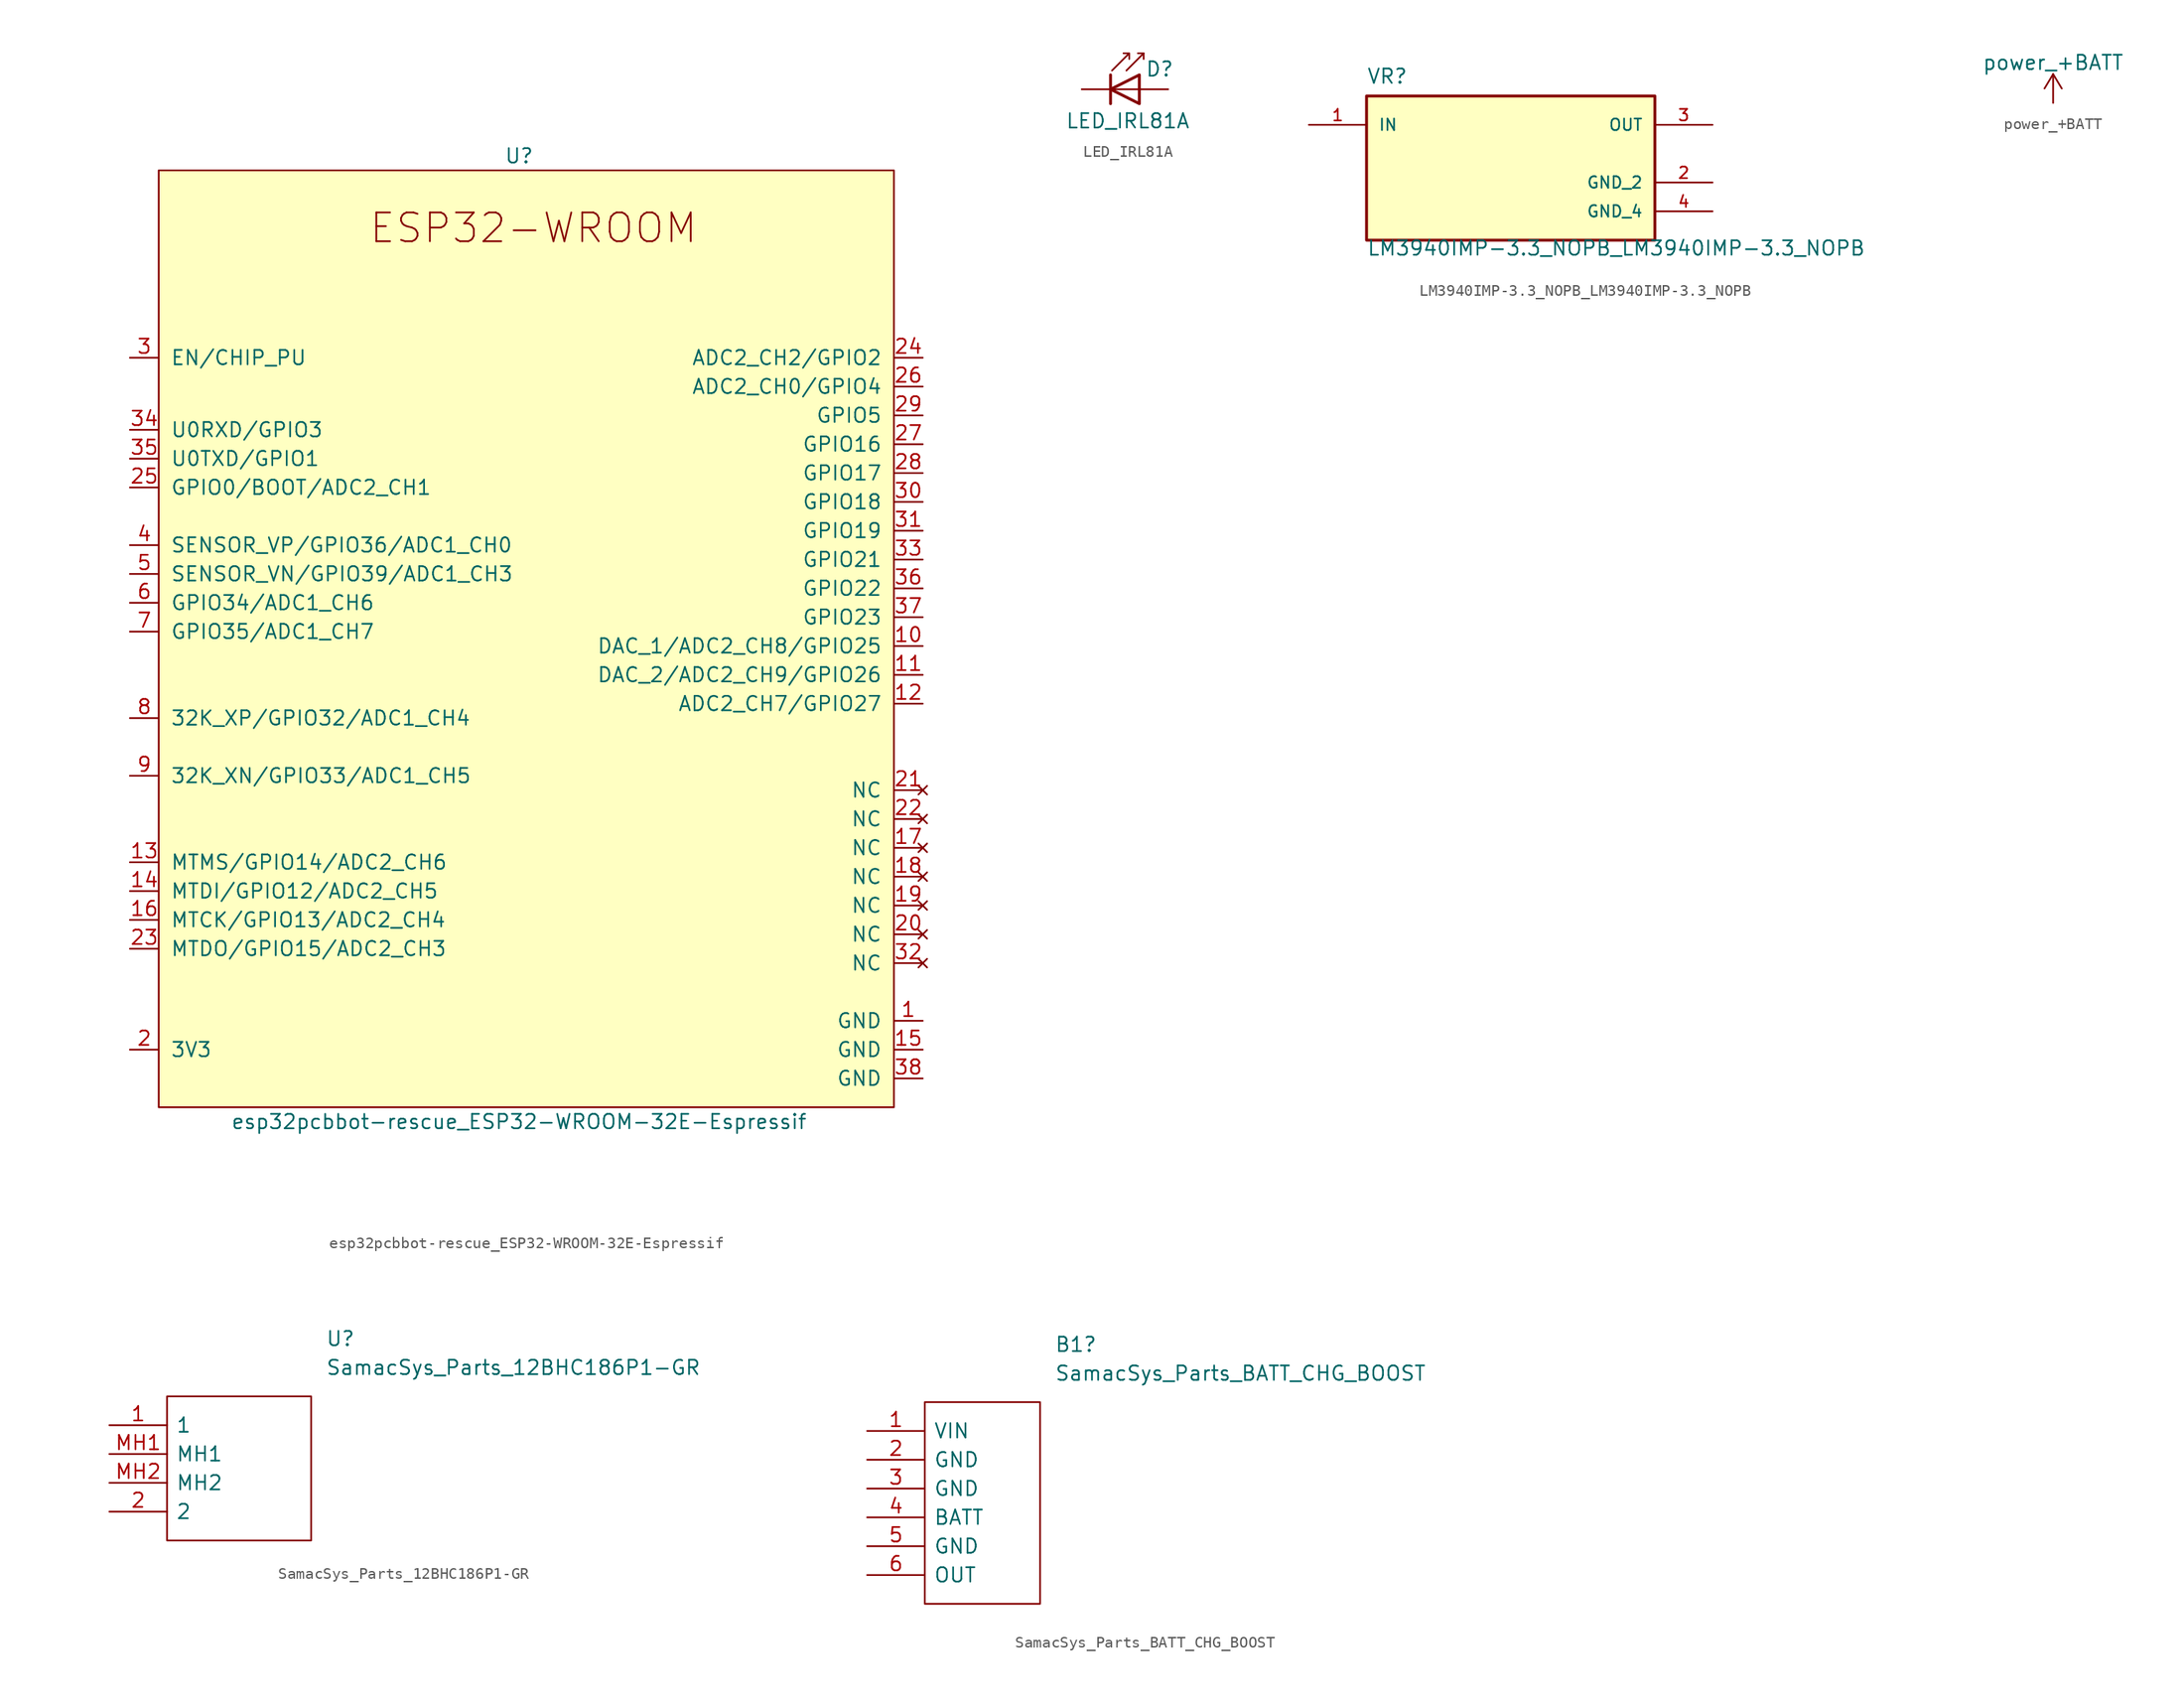
<source format=kicad_sym>
(kicad_symbol_lib
  (version 20211014)
  (generator kicad_symbol_editor)
  (symbol "esp32pcbbot-rescue_ESP32-WROOM-32E-Espressif"
    (pin_names
      (offset 1.016))
    (property "Reference" "U"
      (at 0 43.18 0)
      (effects (font (size 1.27 1.27))))
    (property "Value" "esp32pcbbot-rescue_ESP32-WROOM-32E-Espressif"
      (at 0 -41.91 0)
      (effects (font (size 1.27 1.27))))
    (symbol "esp32pcbbot-rescue_ESP32-WROOM-32E-Espressif_0_1"
      (rectangle (start 33.02 41.91) (end -31.75 -40.64) (stroke (width 0) (type default) (color 0 0 0 0)) (fill (type background))))
    (symbol "esp32pcbbot-rescue_ESP32-WROOM-32E-Espressif_1_1"
      (text "ESP32-­WROOM­" (at 1.27 36.83 0) (effects (font (size 2.54 2.54))))
      (pin power_in line (at 35.56 -33.02 180) (length 2.54) (name "GND" (effects (font (size 1.27 1.27)))) (number "1" (effects (font (size 1.27 1.27)))))
      (pin bidirectional line (at 35.56 0 180) (length 2.54) (name "DAC_1/ADC2_CH8/GPIO25" (effects (font (size 1.27 1.27)))) (number "10" (effects (font (size 1.27 1.27)))))
      (pin bidirectional line (at 35.56 -2.54 180) (length 2.54) (name "DAC_2/ADC2_CH9/GPIO26" (effects (font (size 1.27 1.27)))) (number "11" (effects (font (size 1.27 1.27)))))
      (pin bidirectional line (at 35.56 -5.08 180) (length 2.54) (name "ADC2_CH7/GPIO27" (effects (font (size 1.27 1.27)))) (number "12" (effects (font (size 1.27 1.27)))))
      (pin bidirectional line (at -34.29 -19.05 0) (length 2.54) (name "MTMS/GPIO14/ADC2_CH6" (effects (font (size 1.27 1.27)))) (number "13" (effects (font (size 1.27 1.27)))))
      (pin bidirectional line (at -34.29 -21.59 0) (length 2.54) (name "MTDI/GPIO12/ADC2_CH5" (effects (font (size 1.27 1.27)))) (number "14" (effects (font (size 1.27 1.27)))))
      (pin power_in line (at 35.56 -35.56 180) (length 2.54) (name "GND" (effects (font (size 1.27 1.27)))) (number "15" (effects (font (size 1.27 1.27)))))
      (pin bidirectional line (at -34.29 -24.13 0) (length 2.54) (name "MTCK/GPIO13/ADC2_CH4" (effects (font (size 1.27 1.27)))) (number "16" (effects (font (size 1.27 1.27)))))
      (pin no_connect line (at 35.56 -17.78 180) (length 2.54) (name "NC" (effects (font (size 1.27 1.27)))) (number "17" (effects (font (size 1.27 1.27)))))
      (pin no_connect line (at 35.56 -20.32 180) (length 2.54) (name "NC" (effects (font (size 1.27 1.27)))) (number "18" (effects (font (size 1.27 1.27)))))
      (pin no_connect line (at 35.56 -22.86 180) (length 2.54) (name "NC" (effects (font (size 1.27 1.27)))) (number "19" (effects (font (size 1.27 1.27)))))
      (pin power_in line (at -34.29 -35.56 0) (length 2.54) (name "3V3" (effects (font (size 1.27 1.27)))) (number "2" (effects (font (size 1.27 1.27)))))
      (pin no_connect line (at 35.56 -25.4 180) (length 2.54) (name "NC" (effects (font (size 1.27 1.27)))) (number "20" (effects (font (size 1.27 1.27)))))
      (pin no_connect line (at 35.56 -12.7 180) (length 2.54) (name "NC" (effects (font (size 1.27 1.27)))) (number "21" (effects (font (size 1.27 1.27)))))
      (pin no_connect line (at 35.56 -15.24 180) (length 2.54) (name "NC" (effects (font (size 1.27 1.27)))) (number "22" (effects (font (size 1.27 1.27)))))
      (pin bidirectional line (at -34.29 -26.67 0) (length 2.54) (name "MTDO/GPIO15/ADC2_CH3" (effects (font (size 1.27 1.27)))) (number "23" (effects (font (size 1.27 1.27)))))
      (pin bidirectional line (at 35.56 25.4 180) (length 2.54) (name "ADC2_CH2/GPIO2" (effects (font (size 1.27 1.27)))) (number "24" (effects (font (size 1.27 1.27)))))
      (pin bidirectional line (at -34.29 13.97 0) (length 2.54) (name "GPIO0/BOOT/ADC2_CH1" (effects (font (size 1.27 1.27)))) (number "25" (effects (font (size 1.27 1.27)))))
      (pin bidirectional line (at 35.56 22.86 180) (length 2.54) (name "ADC2_CH0/GPIO4" (effects (font (size 1.27 1.27)))) (number "26" (effects (font (size 1.27 1.27)))))
      (pin bidirectional line (at 35.56 17.78 180) (length 2.54) (name "GPIO16" (effects (font (size 1.27 1.27)))) (number "27" (effects (font (size 1.27 1.27)))))
      (pin bidirectional line (at 35.56 15.24 180) (length 2.54) (name "GPIO17" (effects (font (size 1.27 1.27)))) (number "28" (effects (font (size 1.27 1.27)))))
      (pin bidirectional line (at 35.56 20.32 180) (length 2.54) (name "GPIO5" (effects (font (size 1.27 1.27)))) (number "29" (effects (font (size 1.27 1.27)))))
      (pin input line (at -34.29 25.4 0) (length 2.54) (name "EN/CHIP_PU" (effects (font (size 1.27 1.27)))) (number "3" (effects (font (size 1.27 1.27)))))
      (pin bidirectional line (at 35.56 12.7 180) (length 2.54) (name "GPIO18" (effects (font (size 1.27 1.27)))) (number "30" (effects (font (size 1.27 1.27)))))
      (pin bidirectional line (at 35.56 10.16 180) (length 2.54) (name "GPIO19" (effects (font (size 1.27 1.27)))) (number "31" (effects (font (size 1.27 1.27)))))
      (pin no_connect line (at 35.56 -27.94 180) (length 2.54) (name "NC" (effects (font (size 1.27 1.27)))) (number "32" (effects (font (size 1.27 1.27)))))
      (pin bidirectional line (at 35.56 7.62 180) (length 2.54) (name "GPIO21" (effects (font (size 1.27 1.27)))) (number "33" (effects (font (size 1.27 1.27)))))
      (pin bidirectional line (at -34.29 19.05 0) (length 2.54) (name "U0RXD/GPIO3" (effects (font (size 1.27 1.27)))) (number "34" (effects (font (size 1.27 1.27)))))
      (pin bidirectional line (at -34.29 16.51 0) (length 2.54) (name "U0TXD/GPIO1" (effects (font (size 1.27 1.27)))) (number "35" (effects (font (size 1.27 1.27)))))
      (pin bidirectional line (at 35.56 5.08 180) (length 2.54) (name "GPIO22" (effects (font (size 1.27 1.27)))) (number "36" (effects (font (size 1.27 1.27)))))
      (pin bidirectional line (at 35.56 2.54 180) (length 2.54) (name "GPIO23" (effects (font (size 1.27 1.27)))) (number "37" (effects (font (size 1.27 1.27)))))
      (pin power_in line (at 35.56 -38.1 180) (length 2.54) (name "GND" (effects (font (size 1.27 1.27)))) (number "38" (effects (font (size 1.27 1.27)))))
      (pin input line (at -34.29 8.89 0) (length 2.54) (name "SENSOR_VP/GPIO36/ADC1_CH0" (effects (font (size 1.27 1.27)))) (number "4" (effects (font (size 1.27 1.27)))))
      (pin input line (at -34.29 6.35 0) (length 2.54) (name "SENSOR_VN/GPIO39/ADC1_CH3" (effects (font (size 1.27 1.27)))) (number "5" (effects (font (size 1.27 1.27)))))
      (pin input line (at -34.29 3.81 0) (length 2.54) (name "GPIO34/ADC1_CH6" (effects (font (size 1.27 1.27)))) (number "6" (effects (font (size 1.27 1.27)))))
      (pin input line (at -34.29 1.27 0) (length 2.54) (name "GPIO35/ADC1_CH7" (effects (font (size 1.27 1.27)))) (number "7" (effects (font (size 1.27 1.27)))))
      (pin bidirectional line (at -34.29 -6.35 0) (length 2.54) (name "32K_XP/GPIO32/ADC1_CH4" (effects (font (size 1.27 1.27)))) (number "8" (effects (font (size 1.27 1.27)))))
      (pin bidirectional line (at -34.29 -11.43 0) (length 2.54) (name "32K_XN/GPIO33/ADC1_CH5" (effects (font (size 1.27 1.27)))) (number "9" (effects (font (size 1.27 1.27)))))))
  (symbol "LED_IRL81A"
    (pin_numbers hide)
    (pin_names
      (offset 1.016) hide)
    (property "Reference" "D"
      (at 0.508 1.778 0)
      (effects (font (size 1.27 1.27)) (justify left)))
    (property "Value" "LED_IRL81A"
      (at -1.016 -2.794 0)
      (effects (font (size 1.27 1.27))))
    (symbol "LED_IRL81A_0_1"
      (polyline (pts (xy -2.54 0) (xy 0 0)) (stroke (width 0) (type default) (color 0 0 0 0)) (fill (type none)))
      (polyline (pts (xy -2.54 1.27) (xy -2.54 -1.27)) (stroke (width 0.254) (type default) (color 0 0 0 0)) (fill (type none)))
      (polyline (pts (xy 0.381 3.175) (xy -0.127 3.175)) (stroke (width 0) (type default) (color 0 0 0 0)) (fill (type none)))
      (polyline (pts (xy -1.143 1.651) (xy 0.381 3.175) (xy 0.381 2.667)) (stroke (width 0) (type default) (color 0 0 0 0)) (fill (type none)))
      (polyline (pts (xy 0 -1.27) (xy 0 1.27) (xy -2.54 0) (xy 0 -1.27)) (stroke (width 0.254) (type default) (color 0 0 0 0)) (fill (type none)))
      (polyline (pts (xy -2.413 1.651) (xy -0.889 3.175) (xy -0.889 2.667) (xy -0.889 3.175) (xy -1.397 3.175)) (stroke (width 0) (type default) (color 0 0 0 0)) (fill (type none))))
    (symbol "LED_IRL81A_1_1"
      (pin passive line (at -5.08 0 0) (length 2.54) (name "K" (effects (font (size 1.27 1.27)))) (number "1" (effects (font (size 1.27 1.27)))))
      (pin passive line (at 2.54 0 180) (length 2.54) (name "A" (effects (font (size 1.27 1.27)))) (number "2" (effects (font (size 1.27 1.27)))))))
  (symbol "LM3940IMP-3.3_NOPB_LM3940IMP-3.3_NOPB"
    (pin_names
      (offset 1.016))
    (property "Reference" "VR"
      (at -12.7 6.071 0)
      (effects (font (size 1.27 1.27)) (justify left bottom)))
    (property "Value" "LM3940IMP-3.3_NOPB_LM3940IMP-3.3_NOPB"
      (at -12.7 -9.068 0)
      (effects (font (size 1.27 1.27)) (justify left bottom)))
    (property "ki_locked" ""
      (at 0 0 0)
      (effects (font (size 1.27 1.27))))
    (symbol "LM3940IMP-3.3_NOPB_LM3940IMP-3.3_NOPB_0_0"
      (rectangle (start -12.7 -7.62) (end 12.7 5.08) (stroke (width 0.254) (type default) (color 0 0 0 0)) (fill (type background)))
      (pin input line (at -17.78 2.54 0) (length 5.08) (name "IN" (effects (font (size 1.016 1.016)))) (number "1" (effects (font (size 1.016 1.016)))))
      (pin power_in line (at 17.78 -2.54 180) (length 5.08) (name "GND_2" (effects (font (size 1.016 1.016)))) (number "2" (effects (font (size 1.016 1.016)))))
      (pin output line (at 17.78 2.54 180) (length 5.08) (name "OUT" (effects (font (size 1.016 1.016)))) (number "3" (effects (font (size 1.016 1.016)))))
      (pin power_in line (at 17.78 -5.08 180) (length 5.08) (name "GND_4" (effects (font (size 1.016 1.016)))) (number "4" (effects (font (size 1.016 1.016)))))))
  (symbol "power_+BATT"
    (power)
    (pin_names
      (offset 0))
    (property "Reference" "#PWR"
      (at 0 -3.81 0)
      (effects (font (size 1.27 1.27)) hide))
    (property "Value" "power_+BATT"
      (at 0 3.556 0)
      (effects (font (size 1.27 1.27))))
    (symbol "power_+BATT_0_1"
      (polyline (pts (xy -0.762 1.27) (xy 0 2.54)) (stroke (width 0) (type default) (color 0 0 0 0)) (fill (type none)))
      (polyline (pts (xy 0 0) (xy 0 2.54)) (stroke (width 0) (type default) (color 0 0 0 0)) (fill (type none)))
      (polyline (pts (xy 0 2.54) (xy 0.762 1.27)) (stroke (width 0) (type default) (color 0 0 0 0)) (fill (type none))))
    (symbol "power_+BATT_1_1"
      (pin power_in line (at 0 0 90) (length 0) hide (name "+BATT" (effects (font (size 1.27 1.27)))) (number "1" (effects (font (size 1.27 1.27)))))))
  (symbol "SamacSys_Parts_12BHC186P1-GR"
    (pin_names
      (offset 0.762))
    (property "Reference" "U"
      (at 19.05 7.62 0)
      (effects (font (size 1.27 1.27)) (justify left)))
    (property "Value" "SamacSys_Parts_12BHC186P1-GR"
      (at 19.05 5.08 0)
      (effects (font (size 1.27 1.27)) (justify left)))
    (symbol "SamacSys_Parts_12BHC186P1-GR_0_0"
      (pin passive line (at 0 0 0) (length 5.08) (name "1" (effects (font (size 1.27 1.27)))) (number "1" (effects (font (size 1.27 1.27)))))
      (pin passive line (at 0 -7.62 0) (length 5.08) (name "2" (effects (font (size 1.27 1.27)))) (number "2" (effects (font (size 1.27 1.27)))))
      (pin passive line (at 0 -2.54 0) (length 5.08) (name "MH1" (effects (font (size 1.27 1.27)))) (number "MH1" (effects (font (size 1.27 1.27)))))
      (pin passive line (at 0 -5.08 0) (length 5.08) (name "MH2" (effects (font (size 1.27 1.27)))) (number "MH2" (effects (font (size 1.27 1.27))))))
    (symbol "SamacSys_Parts_12BHC186P1-GR_0_1"
      (polyline (pts (xy 5.08 2.54) (xy 17.78 2.54) (xy 17.78 -10.16) (xy 5.08 -10.16) (xy 5.08 2.54)) (stroke (width 0.152) (type default) (color 0 0 0 0)) (fill (type none)))))
  (symbol "SamacSys_Parts_BATT_CHG_BOOST"
    (pin_names
      (offset 0.762))
    (property "Reference" "B1"
      (at 16.51 7.62 0)
      (effects (font (size 1.27 1.27)) (justify left)))
    (property "Value" "SamacSys_Parts_BATT_CHG_BOOST"
      (at 16.51 5.08 0)
      (effects (font (size 1.27 1.27)) (justify left)))
    (symbol "SamacSys_Parts_BATT_CHG_BOOST_0_0"
      (pin passive line (at 0 0 0) (length 5.08) (name "VIN" (effects (font (size 1.27 1.27)))) (number "1" (effects (font (size 1.27 1.27)))))
      (pin passive line (at 0 -2.54 0) (length 5.08) (name "GND" (effects (font (size 1.27 1.27)))) (number "2" (effects (font (size 1.27 1.27)))))
      (pin passive line (at 0 -5.08 0) (length 5.08) (name "GND" (effects (font (size 1.27 1.27)))) (number "3" (effects (font (size 1.27 1.27)))))
      (pin passive line (at 0 -7.62 0) (length 5.08) (name "BATT" (effects (font (size 1.27 1.27)))) (number "4" (effects (font (size 1.27 1.27)))))
      (pin passive line (at 0 -10.16 0) (length 5.08) (name "GND" (effects (font (size 1.27 1.27)))) (number "5" (effects (font (size 1.27 1.27)))))
      (pin passive line (at 0 -12.7 0) (length 5.08) (name "OUT" (effects (font (size 1.27 1.27)))) (number "6" (effects (font (size 1.27 1.27))))))
    (symbol "SamacSys_Parts_BATT_CHG_BOOST_0_1"
      (polyline (pts (xy 5.08 2.54) (xy 15.24 2.54) (xy 15.24 -15.24) (xy 5.08 -15.24) (xy 5.08 2.54)) (stroke (width 0.152) (type default) (color 0 0 0 0)) (fill (type none))))))
</source>
